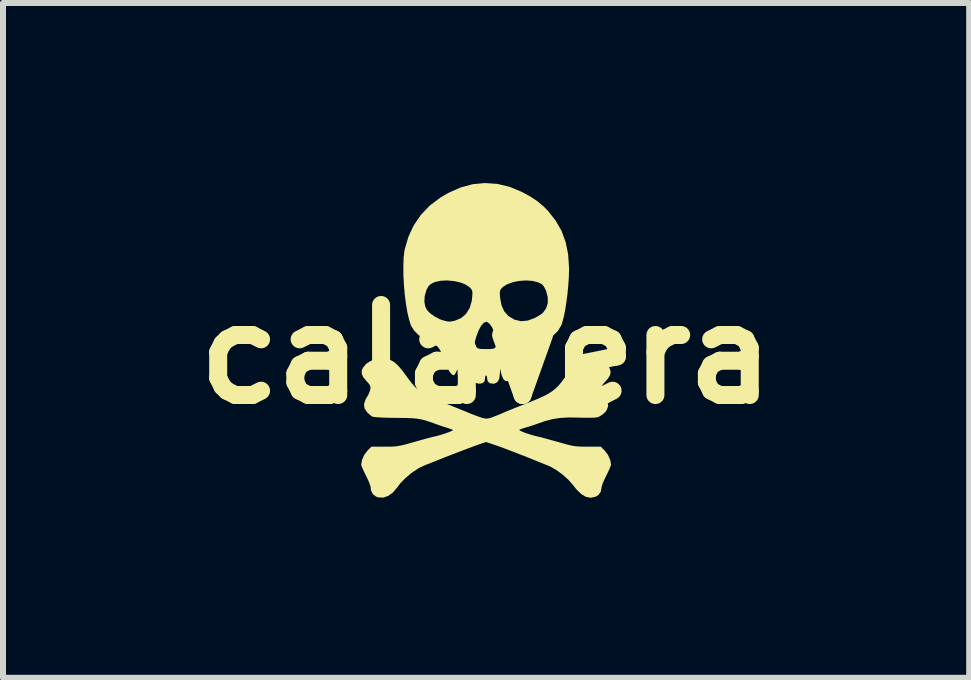
<source format=kicad_pcb>
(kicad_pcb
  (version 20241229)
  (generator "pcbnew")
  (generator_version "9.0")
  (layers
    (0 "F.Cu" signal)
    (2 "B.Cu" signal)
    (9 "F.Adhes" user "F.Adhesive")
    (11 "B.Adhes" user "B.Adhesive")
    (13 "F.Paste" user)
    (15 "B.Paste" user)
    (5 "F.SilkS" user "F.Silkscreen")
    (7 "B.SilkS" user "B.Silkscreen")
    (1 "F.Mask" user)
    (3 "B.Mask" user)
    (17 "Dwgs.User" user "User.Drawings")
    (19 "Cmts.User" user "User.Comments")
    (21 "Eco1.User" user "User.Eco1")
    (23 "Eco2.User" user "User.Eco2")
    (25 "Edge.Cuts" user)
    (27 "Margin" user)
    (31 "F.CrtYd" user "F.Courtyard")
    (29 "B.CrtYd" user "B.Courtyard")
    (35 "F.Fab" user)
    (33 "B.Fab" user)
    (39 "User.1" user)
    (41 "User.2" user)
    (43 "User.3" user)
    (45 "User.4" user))
  (footprint "calavera"
    (layer "F.Cu")
    (at 5.05 2.854)
    (property "Reference" "calavera" (at 0 0 0) (layer "F.SilkS") (effects (font (size 1.5 1.5) (thickness 0.3))))
    (attr board_only exclude_from_pos_files exclude_from_bom)
    (fp_poly (pts (xy 0.185 -2.84) (xy 0.391 -2.791) (xy 0.594 -2.707) (xy 0.737 -2.629) (xy 0.855 -2.551) (xy 0.956 -2.466) (xy 1.033 -2.388) (xy 1.16 -2.226) (xy 1.258 -2.054) (xy 1.326 -1.868) (xy 1.367 -1.665) (xy 1.382 -1.44) (xy 1.382 -1.42) (xy 1.379 -1.289) (xy 1.369 -1.147) (xy 1.355 -1.001) (xy 1.336 -0.858) (xy 1.315 -0.726) (xy 1.291 -0.611) (xy 1.266 -0.52) (xy 1.254 -0.485) (xy 1.196 -0.39) (xy 1.111 -0.305) (xy 1.008 -0.239) (xy 0.961 -0.218) (xy 0.879 -0.182) (xy 0.822 -0.142) (xy 0.79 -0.108) (xy 0.761 -0.063) (xy 0.728 0.000201) (xy 0.696 0.07) (xy 0.669 0.138) (xy 0.651 0.192) (xy 0.647 0.218) (xy 0.637 0.246) (xy 0.611 0.285) (xy 0.579 0.322) (xy 0.55 0.346) (xy 0.54 0.35) (xy 0.522 0.335) (xy 0.502 0.3) (xy 0.498 0.293) (xy 0.474 0.236) (xy 0.473 0.308) (xy 0.461 0.376) (xy 0.423 0.422) (xy 0.366 0.446) (xy 0.324 0.446) (xy 0.291 0.419) (xy 0.264 0.362) (xy 0.251 0.317) (xy 0.232 0.236) (xy 0.229 0.324) (xy 0.219 0.408) (xy 0.19 0.461) (xy 0.143 0.487) (xy 0.116 0.49) (xy 0.058 0.48) (xy 0.026 0.448) (xy 0.017 0.399) (xy 0.012 0.364) (xy 0 0.35) (xy -0.013 0.365) (xy -0.017 0.399) (xy -0.028 0.453) (xy -0.063 0.482) (xy -0.116 0.49) (xy -0.172 0.477) (xy -0.2 0.451) (xy -0.217 0.41) (xy -0.228 0.353) (xy -0.229 0.324) (xy -0.232 0.236) (xy -0.251 0.319) (xy -0.275 0.392) (xy -0.304 0.433) (xy -0.343 0.447) (xy -0.39 0.438) (xy -0.436 0.418) (xy -0.461 0.387) (xy -0.472 0.338) (xy -0.473 0.3) (xy -0.474 0.236) (xy -0.498 0.293) (xy -0.519 0.331) (xy -0.538 0.349) (xy -0.541 0.35) (xy -0.571 0.335) (xy -0.605 0.296) (xy -0.634 0.244) (xy -0.649 0.204) (xy -0.677 0.119) (xy -0.715 0.028) (xy -0.758 -0.056) (xy -0.797 -0.116) (xy -0.851 -0.166) (xy -0.917 -0.199) (xy -0.188 -0.199) (xy -0.185 -0.163) (xy -0.168 -0.132) (xy -0.151 -0.11) (xy -0.13 -0.096) (xy -0.095 -0.09) (xy -0.04 -0.088) (xy 0 -0.087) (xy 0.07 -0.088) (xy 0.115 -0.092) (xy 0.141 -0.102) (xy 0.16 -0.119) (xy 0.168 -0.132) (xy 0.186 -0.167) (xy 0.188 -0.203) (xy 0.177 -0.25) (xy 0.14 -0.361) (xy 0.1 -0.448) (xy 0.058 -0.509) (xy 0.017 -0.539) (xy 0 -0.542) (xy -0.04 -0.525) (xy -0.082 -0.477) (xy -0.123 -0.401) (xy -0.162 -0.299) (xy -0.177 -0.25) (xy -0.188 -0.199) (xy -0.917 -0.199) (xy -0.934 -0.207) (xy -0.949 -0.213) (xy -1.042 -0.259) (xy -1.129 -0.324) (xy -1.202 -0.399) (xy -1.25 -0.477) (xy -1.252 -0.48) (xy -1.283 -0.577) (xy -1.312 -0.7) (xy -1.336 -0.844) (xy -1.34 -0.878) (xy -1.029 -0.878) (xy -1.013 -0.792) (xy -0.985 -0.738) (xy -0.929 -0.681) (xy -0.852 -0.627) (xy -0.768 -0.583) (xy -0.718 -0.566) (xy -0.657 -0.551) (xy -0.615 -0.545) (xy -0.575 -0.548) (xy -0.522 -0.56) (xy -0.517 -0.561) (xy -0.416 -0.604) (xy -0.335 -0.673) (xy -0.276 -0.768) (xy -0.24 -0.885) (xy -0.233 -0.945) (xy -0.228 -1.009) (xy -0.229 -1.025) (xy 0.228 -1.025) (xy 0.231 -0.969) (xy 0.233 -0.945) (xy 0.256 -0.818) (xy 0.302 -0.716) (xy 0.373 -0.637) (xy 0.376 -0.635) (xy 0.474 -0.577) (xy 0.58 -0.552) (xy 0.692 -0.562) (xy 0.811 -0.605) (xy 0.813 -0.607) (xy 0.871 -0.639) (xy 0.922 -0.672) (xy 0.943 -0.688) (xy 0.998 -0.761) (xy 1.027 -0.85) (xy 1.027 -0.95) (xy 1 -1.055) (xy 0.99 -1.078) (xy 0.961 -1.133) (xy 0.93 -1.167) (xy 0.884 -1.192) (xy 0.864 -1.2) (xy 0.769 -1.224) (xy 0.662 -1.231) (xy 0.55 -1.223) (xy 0.442 -1.201) (xy 0.349 -1.167) (xy 0.279 -1.122) (xy 0.274 -1.116) (xy 0.247 -1.087) (xy 0.232 -1.06) (xy 0.228 -1.025) (xy -0.229 -1.025) (xy -0.23 -1.05) (xy -0.241 -1.078) (xy -0.263 -1.106) (xy -0.274 -1.116) (xy -0.34 -1.162) (xy -0.431 -1.198) (xy -0.537 -1.221) (xy -0.648 -1.231) (xy -0.756 -1.226) (xy -0.851 -1.205) (xy -0.876 -1.195) (xy -0.926 -1.168) (xy -0.96 -1.135) (xy -0.988 -1.085) (xy -0.996 -1.066) (xy -1.023 -0.972) (xy -1.029 -0.878) (xy -1.34 -0.878) (xy -1.356 -1.001) (xy -1.37 -1.164) (xy -1.378 -1.325) (xy -1.379 -1.477) (xy -1.374 -1.613) (xy -1.361 -1.725) (xy -1.357 -1.745) (xy -1.295 -1.958) (xy -1.205 -2.151) (xy -1.086 -2.324) (xy -0.938 -2.479) (xy -0.76 -2.613) (xy -0.633 -2.688) (xy -0.431 -2.778) (xy -0.227 -2.834) (xy -0.021 -2.854)) (stroke (width 0) (type solid)) (fill yes) (layer "F.SilkS"))
    (fp_poly (pts (xy -1.653 0.078) (xy -1.591 0.096) (xy -1.529 0.132) (xy -1.464 0.191) (xy -1.392 0.276) (xy -1.315 0.381) (xy -1.25 0.469) (xy -1.188 0.54) (xy -1.121 0.599) (xy -1.045 0.652) (xy -0.951 0.702) (xy -0.833 0.754) (xy -0.761 0.784) (xy -0.669 0.821) (xy -0.56 0.865) (xy -0.451 0.909) (xy -0.385 0.936) (xy -0.266 0.985) (xy -0.174 1.021) (xy -0.105 1.046) (xy -0.053 1.062) (xy -0.014 1.07) (xy 0.017 1.071) (xy 0.046 1.066) (xy 0.073 1.059) (xy 0.131 1.038) (xy 0.203 1.01) (xy 0.254 0.988) (xy 0.314 0.962) (xy 0.396 0.928) (xy 0.486 0.892) (xy 0.551 0.866) (xy 0.709 0.804) (xy 0.839 0.751) (xy 0.945 0.704) (xy 1.03 0.66) (xy 1.1 0.616) (xy 1.158 0.57) (xy 1.209 0.519) (xy 1.258 0.46) (xy 1.308 0.391) (xy 1.327 0.362) (xy 1.415 0.244) (xy 1.497 0.158) (xy 1.576 0.104) (xy 1.652 0.078) (xy 1.653 0.078) (xy 1.767 0.073) (xy 1.873 0.092) (xy 1.963 0.132) (xy 2.031 0.191) (xy 2.056 0.229) (xy 2.075 0.288) (xy 2.066 0.345) (xy 2.029 0.406) (xy 1.991 0.449) (xy 1.95 0.494) (xy 1.93 0.527) (xy 1.926 0.56) (xy 1.929 0.583) (xy 1.945 0.636) (xy 1.974 0.695) (xy 1.986 0.715) (xy 2.026 0.795) (xy 2.033 0.867) (xy 2.007 0.933) (xy 1.977 0.971) (xy 1.928 1.012) (xy 1.876 1.042) (xy 1.859 1.048) (xy 1.821 1.054) (xy 1.756 1.057) (xy 1.672 1.057) (xy 1.578 1.056) (xy 1.543 1.055) (xy 1.377 1.052) (xy 1.235 1.06) (xy 1.105 1.08) (xy 0.979 1.113) (xy 0.88 1.148) (xy 0.803 1.175) (xy 0.722 1.202) (xy 0.665 1.218) (xy 0.609 1.235) (xy 0.568 1.251) (xy 0.553 1.259) (xy 0.562 1.27) (xy 0.597 1.287) (xy 0.652 1.309) (xy 0.719 1.331) (xy 0.79 1.352) (xy 0.86 1.37) (xy 0.875 1.373) (xy 0.913 1.382) (xy 0.977 1.399) (xy 1.059 1.422) (xy 1.153 1.448) (xy 1.203 1.462) (xy 1.308 1.492) (xy 1.388 1.513) (xy 1.453 1.526) (xy 1.514 1.534) (xy 1.579 1.538) (xy 1.658 1.539) (xy 1.691 1.539) (xy 1.911 1.539) (xy 1.977 1.605) (xy 2.031 1.677) (xy 2.068 1.76) (xy 2.082 1.838) (xy 2.074 1.865) (xy 2.054 1.914) (xy 2.024 1.978) (xy 2.003 2.019) (xy 1.969 2.09) (xy 1.942 2.153) (xy 1.927 2.199) (xy 1.924 2.214) (xy 1.91 2.291) (xy 1.868 2.347) (xy 1.826 2.372) (xy 1.746 2.39) (xy 1.666 2.376) (xy 1.585 2.329) (xy 1.503 2.248) (xy 1.455 2.187) (xy 1.376 2.096) (xy 1.278 2.007) (xy 1.171 1.928) (xy 1.065 1.868) (xy 1.027 1.852) (xy 0.974 1.831) (xy 0.903 1.802) (xy 0.829 1.772) (xy 0.822 1.77) (xy 0.706 1.722) (xy 0.579 1.673) (xy 0.451 1.623) (xy 0.329 1.577) (xy 0.222 1.537) (xy 0.138 1.508) (xy 0.126 1.504) (xy -0.001 1.461) (xy -0.119 1.501) (xy -0.2 1.53) (xy -0.305 1.569) (xy -0.426 1.615) (xy -0.554 1.664) (xy -0.681 1.713) (xy -0.797 1.76) (xy -0.805 1.763) (xy -0.88 1.793) (xy -0.952 1.822) (xy -1.008 1.843) (xy -1.021 1.848) (xy -1.125 1.898) (xy -1.235 1.971) (xy -1.34 2.058) (xy -1.43 2.15) (xy -1.477 2.212) (xy -1.549 2.299) (xy -1.629 2.358) (xy -1.712 2.387) (xy -1.795 2.384) (xy -1.833 2.371) (xy -1.888 2.329) (xy -1.919 2.264) (xy -1.924 2.214) (xy -1.932 2.182) (xy -1.953 2.127) (xy -1.983 2.06) (xy -2.003 2.019) (xy -2.037 1.951) (xy -2.063 1.892) (xy -2.079 1.851) (xy -2.082 1.838) (xy -2.067 1.758) (xy -2.03 1.675) (xy -1.977 1.605) (xy -1.911 1.539) (xy -1.691 1.539) (xy -1.605 1.539) (xy -1.536 1.536) (xy -1.475 1.53) (xy -1.412 1.518) (xy -1.338 1.5) (xy -1.244 1.474) (xy -1.203 1.462) (xy -1.107 1.435) (xy -1.018 1.41) (xy -0.943 1.39) (xy -0.891 1.377) (xy -0.875 1.373) (xy -0.811 1.358) (xy -0.741 1.338) (xy -0.673 1.316) (xy -0.614 1.295) (xy -0.571 1.276) (xy -0.553 1.264) (xy -0.553 1.261) (xy -0.578 1.249) (xy -0.624 1.233) (xy -0.647 1.225) (xy -0.706 1.207) (xy -0.78 1.182) (xy -0.844 1.159) (xy -0.934 1.127) (xy -1.007 1.103) (xy -1.073 1.086) (xy -1.139 1.074) (xy -1.211 1.066) (xy -1.298 1.062) (xy -1.407 1.06) (xy -1.504 1.059) (xy -1.635 1.057) (xy -1.744 1.053) (xy -1.827 1.048) (xy -1.88 1.042) (xy -1.898 1.037) (xy -1.932 1.012) (xy -1.974 0.974) (xy -1.985 0.963) (xy -2.026 0.9) (xy -2.035 0.831) (xy -2.01 0.755) (xy -1.988 0.717) (xy -1.956 0.66) (xy -1.934 0.603) (xy -1.929 0.583) (xy -1.926 0.545) (xy -1.937 0.513) (xy -1.965 0.477) (xy -1.991 0.449) (xy -2.047 0.382) (xy -2.073 0.323) (xy -2.071 0.266) (xy -2.056 0.229) (xy -2.002 0.161) (xy -1.923 0.11) (xy -1.825 0.08) (xy -1.714 0.072)) (stroke (width 0) (type solid)) (fill yes) (layer "F.SilkS")))
  (gr_rect
    (start -3 -3)
    (end 13.1 8.244)
    (stroke (width 0.1) (type default))
    (fill no)
    (layer "Edge.Cuts")))
</source>
